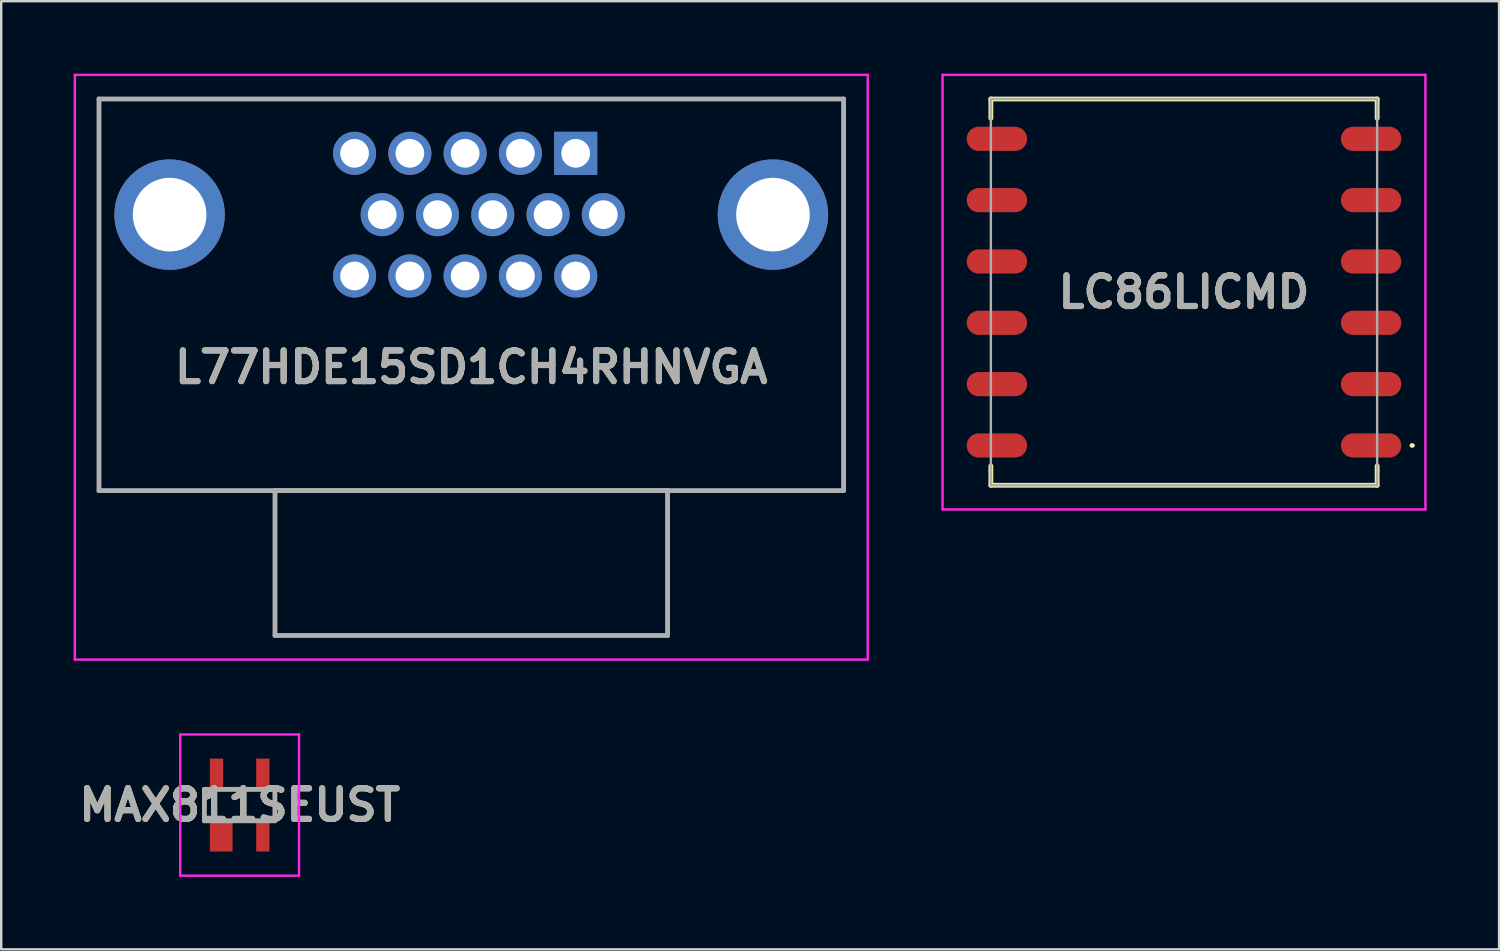
<source format=kicad_pcb>
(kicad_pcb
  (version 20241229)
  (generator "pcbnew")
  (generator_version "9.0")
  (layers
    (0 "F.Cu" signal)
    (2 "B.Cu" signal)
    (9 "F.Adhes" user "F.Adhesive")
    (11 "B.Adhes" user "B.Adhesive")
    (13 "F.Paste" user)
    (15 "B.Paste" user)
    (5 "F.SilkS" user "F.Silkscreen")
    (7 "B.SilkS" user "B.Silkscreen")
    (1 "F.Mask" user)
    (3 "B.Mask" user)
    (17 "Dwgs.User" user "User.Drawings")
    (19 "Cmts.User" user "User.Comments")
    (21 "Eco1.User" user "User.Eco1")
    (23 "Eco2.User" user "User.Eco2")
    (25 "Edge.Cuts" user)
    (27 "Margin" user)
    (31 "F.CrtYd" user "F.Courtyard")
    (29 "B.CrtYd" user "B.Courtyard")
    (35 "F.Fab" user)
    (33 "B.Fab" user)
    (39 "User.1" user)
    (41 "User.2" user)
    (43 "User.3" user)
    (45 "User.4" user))
  (footprint "LC86LICMD"
    (layer "F.Cu")
    (at 45.99 9.05)
    (property "Reference" "LC86LICMD" (at 0 0 0) (layer "F.SilkS") (effects (font (size 1.27 1.27) (thickness 0.254))))
    (attr smd)
    (fp_line (start -8 -8) (end 8 -8) (stroke (width 0.2) (type solid)) (layer "F.SilkS"))
    (fp_line (start -8 -7.2) (end -8 -8) (stroke (width 0.2) (type solid)) (layer "F.SilkS"))
    (fp_line (start -8 7.2) (end -8 8) (stroke (width 0.2) (type solid)) (layer "F.SilkS"))
    (fp_line (start -8 8) (end 8 8) (stroke (width 0.2) (type solid)) (layer "F.SilkS"))
    (fp_line (start 8 -8) (end 8 -7.2) (stroke (width 0.2) (type solid)) (layer "F.SilkS"))
    (fp_line (start 8 8) (end 8 7.2) (stroke (width 0.2) (type solid)) (layer "F.SilkS"))
    (fp_line (start 9.4 6.35) (end 9.4 6.35) (stroke (width 0.1) (type solid)) (layer "F.SilkS"))
    (fp_line (start 9.5 6.35) (end 9.5 6.35) (stroke (width 0.1) (type solid)) (layer "F.SilkS"))
    (fp_arc (start 9.4 6.35) (mid 9.45 6.3) (end 9.5 6.35) (stroke (width 0.1) (type solid)) (layer "F.SilkS"))
    (fp_arc (start 9.5 6.35) (mid 9.45 6.4) (end 9.4 6.35) (stroke (width 0.1) (type solid)) (layer "F.SilkS"))
    (fp_line (start -10 -9) (end 10 -9) (stroke (width 0.1) (type solid)) (layer "F.CrtYd"))
    (fp_line (start -10 9) (end -10 -9) (stroke (width 0.1) (type solid)) (layer "F.CrtYd"))
    (fp_line (start 10 -9) (end 10 9) (stroke (width 0.1) (type solid)) (layer "F.CrtYd"))
    (fp_line (start 10 9) (end -10 9) (stroke (width 0.1) (type solid)) (layer "F.CrtYd"))
    (fp_line (start -8 -8) (end 8 -8) (stroke (width 0.1) (type solid)) (layer "F.Fab"))
    (fp_line (start -8 8) (end -8 -8) (stroke (width 0.1) (type solid)) (layer "F.Fab"))
    (fp_line (start 8 -8) (end 8 8) (stroke (width 0.1) (type solid)) (layer "F.Fab"))
    (fp_line (start 8 8) (end -8 8) (stroke (width 0.1) (type solid)) (layer "F.Fab"))
    (fp_text user "${REFERENCE}" (at 0 0 0) (layer "F.Fab") (effects (font (size 1.27 1.27) (thickness 0.254))))
    (pad "1" smd oval (at 7.75 6.35 90) (size 1 2.5) (layers "F.Cu" "F.Mask" "F.Paste"))
    (pad "2" smd oval (at 7.75 3.81 90) (size 1 2.5) (layers "F.Cu" "F.Mask" "F.Paste"))
    (pad "3" smd oval (at 7.75 1.27 90) (size 1 2.5) (layers "F.Cu" "F.Mask" "F.Paste"))
    (pad "4" smd oval (at 7.75 -1.27 90) (size 1 2.5) (layers "F.Cu" "F.Mask" "F.Paste"))
    (pad "5" smd oval (at 7.75 -3.81 90) (size 1 2.5) (layers "F.Cu" "F.Mask" "F.Paste"))
    (pad "6" smd oval (at 7.75 -6.35 90) (size 1 2.5) (layers "F.Cu" "F.Mask" "F.Paste"))
    (pad "7" smd oval (at -7.75 -6.35 90) (size 1 2.5) (layers "F.Cu" "F.Mask" "F.Paste"))
    (pad "8" smd oval (at -7.75 -3.81 90) (size 1 2.5) (layers "F.Cu" "F.Mask" "F.Paste"))
    (pad "9" smd oval (at -7.75 -1.27 90) (size 1 2.5) (layers "F.Cu" "F.Mask" "F.Paste"))
    (pad "10" smd oval (at -7.75 1.27 90) (size 1 2.5) (layers "F.Cu" "F.Mask" "F.Paste"))
    (pad "11" smd oval (at -7.75 3.81 90) (size 1 2.5) (layers "F.Cu" "F.Mask" "F.Paste"))
    (pad "12" smd oval (at -7.75 6.35 90) (size 1 2.5) (layers "F.Cu" "F.Mask" "F.Paste")))
  (footprint "MAX811SEUST"
    (layer "F.Cu")
    (at 6.876 30.295)
    (property "Reference" "MAX811SEUST" (at 0 0 0) (layer "F.SilkS") (effects (font (size 1.27 1.27) (thickness 0.254))))
    (attr smd)
    (fp_line (start -1.46 0.65) (end -1.46 -0.65) (stroke (width 0.1) (type solid)) (layer "F.SilkS"))
    (fp_line (start 1.46 0.65) (end 1.46 -0.65) (stroke (width 0.1) (type solid)) (layer "F.SilkS"))
    (fp_line (start -2.46 -2.925) (end 2.46 -2.925) (stroke (width 0.1) (type solid)) (layer "F.CrtYd"))
    (fp_line (start -2.46 2.925) (end -2.46 -2.925) (stroke (width 0.1) (type solid)) (layer "F.CrtYd"))
    (fp_line (start 2.46 -2.925) (end 2.46 2.925) (stroke (width 0.1) (type solid)) (layer "F.CrtYd"))
    (fp_line (start 2.46 2.925) (end -2.46 2.925) (stroke (width 0.1) (type solid)) (layer "F.CrtYd"))
    (fp_line (start -1.46 -0.65) (end 1.46 -0.65) (stroke (width 0.2) (type solid)) (layer "F.Fab"))
    (fp_line (start -1.46 0.65) (end -1.46 -0.65) (stroke (width 0.2) (type solid)) (layer "F.Fab"))
    (fp_line (start 1.46 -0.65) (end 1.46 0.65) (stroke (width 0.2) (type solid)) (layer "F.Fab"))
    (fp_line (start 1.46 0.65) (end -1.46 0.65) (stroke (width 0.2) (type solid)) (layer "F.Fab"))
    (fp_text user "${REFERENCE}" (at 0 0 0) (layer "F.Fab") (effects (font (size 1.27 1.27) (thickness 0.254))))
    (pad "1" smd rect (at -0.765 1.27) (size 0.94 1.31) (layers "F.Cu" "F.Mask" "F.Paste"))
    (pad "2" smd rect (at 0.96 1.27) (size 0.55 1.31) (layers "F.Cu" "F.Mask" "F.Paste"))
    (pad "3" smd rect (at 0.96 -1.27) (size 0.55 1.31) (layers "F.Cu" "F.Mask" "F.Paste"))
    (pad "4" smd rect (at -0.96 -1.27) (size 0.55 1.31) (layers "F.Cu" "F.Mask" "F.Paste")))
  (footprint "L77HDE15SD1CH4RHNVGA"
    (layer "F.Cu")
    (at 20.795 8.38)
    (property "Reference" "L77HDE15SD1CH4RHNVGA" (at -4.325 3.78 0) (layer "F.SilkS") (effects (font (size 1.27 1.27) (thickness 0.254))))
    (attr through_hole)
    (fp_line (start -19.745 -7.33) (end -19.745 8.89) (stroke (width 0.1) (type solid)) (layer "F.SilkS"))
    (fp_line (start -19.745 8.89) (end 11.095 8.89) (stroke (width 0.1) (type solid)) (layer "F.SilkS"))
    (fp_line (start -12.455 8.89) (end 3.805 8.89) (stroke (width 0.1) (type solid)) (layer "F.SilkS"))
    (fp_line (start -12.455 14.89) (end -12.455 8.89) (stroke (width 0.1) (type solid)) (layer "F.SilkS"))
    (fp_line (start 3.805 8.89) (end 3.805 14.89) (stroke (width 0.1) (type solid)) (layer "F.SilkS"))
    (fp_line (start 3.805 14.89) (end -12.455 14.89) (stroke (width 0.1) (type solid)) (layer "F.SilkS"))
    (fp_line (start 11.095 -7.33) (end -19.745 -7.33) (stroke (width 0.1) (type solid)) (layer "F.SilkS"))
    (fp_line (start 11.095 8.89) (end 11.095 -7.33) (stroke (width 0.1) (type solid)) (layer "F.SilkS"))
    (fp_line (start -20.745 -8.33) (end -20.745 15.89) (stroke (width 0.1) (type solid)) (layer "F.CrtYd"))
    (fp_line (start -20.745 15.89) (end 12.095 15.89) (stroke (width 0.1) (type solid)) (layer "F.CrtYd"))
    (fp_line (start 12.095 -8.33) (end -20.745 -8.33) (stroke (width 0.1) (type solid)) (layer "F.CrtYd"))
    (fp_line (start 12.095 15.89) (end 12.095 -8.33) (stroke (width 0.1) (type solid)) (layer "F.CrtYd"))
    (fp_line (start -19.745 -7.33) (end 11.095 -7.33) (stroke (width 0.2) (type solid)) (layer "F.Fab"))
    (fp_line (start -19.745 8.89) (end -19.745 -7.33) (stroke (width 0.2) (type solid)) (layer "F.Fab"))
    (fp_line (start -12.455 8.89) (end 3.805 8.89) (stroke (width 0.2) (type solid)) (layer "F.Fab"))
    (fp_line (start -12.455 14.89) (end -12.455 8.89) (stroke (width 0.2) (type solid)) (layer "F.Fab"))
    (fp_line (start 3.805 8.89) (end 3.805 14.89) (stroke (width 0.2) (type solid)) (layer "F.Fab"))
    (fp_line (start 3.805 14.89) (end -12.455 14.89) (stroke (width 0.2) (type solid)) (layer "F.Fab"))
    (fp_line (start 11.095 -7.33) (end 11.095 8.89) (stroke (width 0.2) (type solid)) (layer "F.Fab"))
    (fp_line (start 11.095 8.89) (end -19.745 8.89) (stroke (width 0.2) (type solid)) (layer "F.Fab"))
    (fp_text user "${REFERENCE}" (at -4.325 3.78 0) (layer "F.Fab") (effects (font (size 1.27 1.27) (thickness 0.254))))
    (pad "1" thru_hole rect (at 0 -5.08) (size 1.785 1.785) (drill 1.19) (layers "*.Cu" "*.Mask"))
    (pad "2" thru_hole circle (at -2.29 -5.08) (size 1.785 1.785) (drill 1.19) (layers "*.Cu" "*.Mask"))
    (pad "3" thru_hole circle (at -4.58 -5.08) (size 1.785 1.785) (drill 1.19) (layers "*.Cu" "*.Mask"))
    (pad "4" thru_hole circle (at -6.87 -5.08) (size 1.785 1.785) (drill 1.19) (layers "*.Cu" "*.Mask"))
    (pad "5" thru_hole circle (at -9.16 -5.08) (size 1.785 1.785) (drill 1.19) (layers "*.Cu" "*.Mask"))
    (pad "6" thru_hole circle (at 1.145 -2.54) (size 1.785 1.785) (drill 1.19) (layers "*.Cu" "*.Mask"))
    (pad "7" thru_hole circle (at -1.145 -2.54) (size 1.785 1.785) (drill 1.19) (layers "*.Cu" "*.Mask"))
    (pad "8" thru_hole circle (at -3.435 -2.54) (size 1.785 1.785) (drill 1.19) (layers "*.Cu" "*.Mask"))
    (pad "9" thru_hole circle (at -5.725 -2.54) (size 1.785 1.785) (drill 1.19) (layers "*.Cu" "*.Mask"))
    (pad "10" thru_hole circle (at -8.015 -2.54) (size 1.785 1.785) (drill 1.19) (layers "*.Cu" "*.Mask"))
    (pad "11" thru_hole circle (at 0 0) (size 1.785 1.785) (drill 1.19) (layers "*.Cu" "*.Mask"))
    (pad "12" thru_hole circle (at -2.29 0) (size 1.785 1.785) (drill 1.19) (layers "*.Cu" "*.Mask"))
    (pad "13" thru_hole circle (at -4.58 0) (size 1.785 1.785) (drill 1.19) (layers "*.Cu" "*.Mask"))
    (pad "14" thru_hole circle (at -6.87 0) (size 1.785 1.785) (drill 1.19) (layers "*.Cu" "*.Mask"))
    (pad "15" thru_hole circle (at -9.16 0) (size 1.785 1.785) (drill 1.19) (layers "*.Cu" "*.Mask"))
    (pad "MH1" thru_hole circle (at 8.17 -2.54) (size 4.575 4.575) (drill 3.05) (layers "*.Cu" "*.Mask"))
    (pad "MH2" thru_hole circle (at -16.82 -2.54) (size 4.575 4.575) (drill 3.05) (layers "*.Cu" "*.Mask")))
  (gr_rect
    (start -3 -3)
    (end 59.04 36.27)
    (stroke (width 0.1) (type default))
    (fill no)
    (layer "Edge.Cuts")))
</source>
